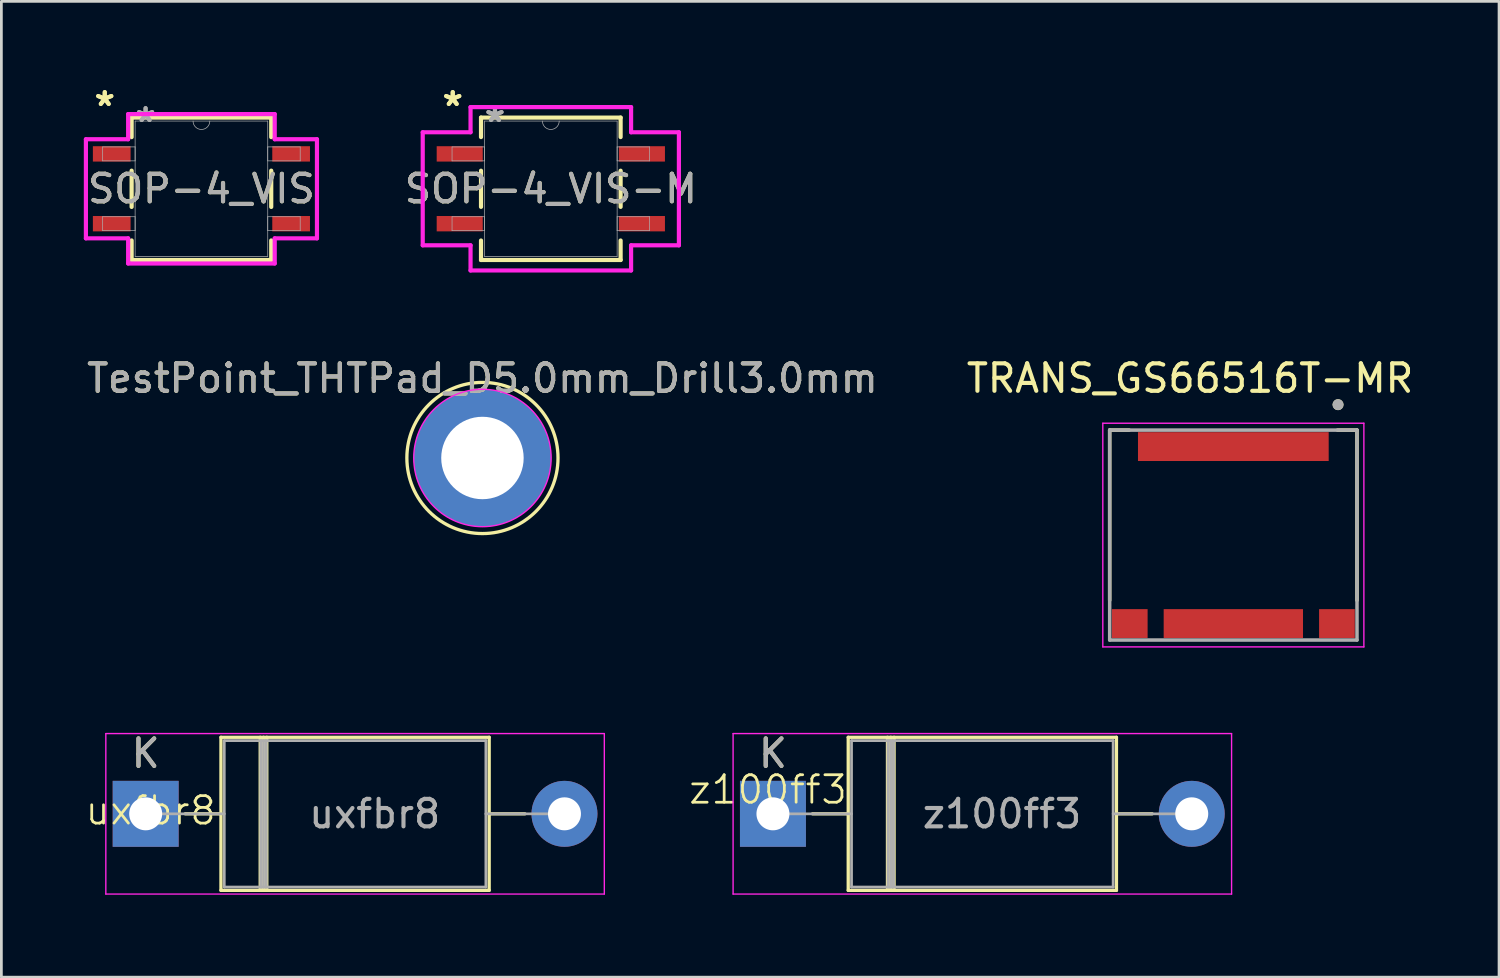
<source format=kicad_pcb>
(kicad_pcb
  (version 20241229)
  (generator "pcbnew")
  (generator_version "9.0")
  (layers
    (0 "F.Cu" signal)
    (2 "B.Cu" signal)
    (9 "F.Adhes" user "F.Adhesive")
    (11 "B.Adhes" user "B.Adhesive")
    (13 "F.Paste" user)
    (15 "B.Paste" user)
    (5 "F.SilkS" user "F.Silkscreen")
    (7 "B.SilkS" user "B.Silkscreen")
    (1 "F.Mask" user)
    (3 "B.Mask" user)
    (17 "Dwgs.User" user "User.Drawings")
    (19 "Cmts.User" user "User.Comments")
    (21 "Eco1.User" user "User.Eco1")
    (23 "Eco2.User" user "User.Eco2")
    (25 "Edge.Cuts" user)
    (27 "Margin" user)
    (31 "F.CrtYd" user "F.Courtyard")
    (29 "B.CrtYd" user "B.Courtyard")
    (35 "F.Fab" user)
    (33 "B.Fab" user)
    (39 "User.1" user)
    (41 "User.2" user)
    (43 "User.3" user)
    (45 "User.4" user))
  (footprint "SOP-4_VIS-M"
    (layer "F.Cu")
    (at 16.994 3.82)
    (property "Reference" "SOP-4_VIS-M" (at 0 0 0) (unlocked yes) (layer "F.SilkS") (effects (font (size 1 1) (thickness 0.15))))
    (attr smd)
    (fp_line (start -2.54 -2.591) (end -2.54 -1.882) (stroke (width 0.152) (type solid)) (layer "F.SilkS"))
    (fp_line (start -2.54 -0.658) (end -2.54 0.658) (stroke (width 0.152) (type solid)) (layer "F.SilkS"))
    (fp_line (start -2.54 1.882) (end -2.54 2.591) (stroke (width 0.152) (type solid)) (layer "F.SilkS"))
    (fp_line (start -2.54 2.591) (end 2.54 2.591) (stroke (width 0.152) (type solid)) (layer "F.SilkS"))
    (fp_line (start 2.54 -2.591) (end -2.54 -2.591) (stroke (width 0.152) (type solid)) (layer "F.SilkS"))
    (fp_line (start 2.54 -1.882) (end 2.54 -2.591) (stroke (width 0.152) (type solid)) (layer "F.SilkS"))
    (fp_line (start 2.54 0.658) (end 2.54 -0.658) (stroke (width 0.152) (type solid)) (layer "F.SilkS"))
    (fp_line (start 2.54 2.591) (end 2.54 1.882) (stroke (width 0.152) (type solid)) (layer "F.SilkS"))
    (fp_line (start -4.661 -2.057) (end -2.921 -2.057) (stroke (width 0.152) (type solid)) (layer "F.CrtYd"))
    (fp_line (start -4.661 2.057) (end -4.661 -2.057) (stroke (width 0.152) (type solid)) (layer "F.CrtYd"))
    (fp_line (start -4.661 2.057) (end -2.921 2.057) (stroke (width 0.152) (type solid)) (layer "F.CrtYd"))
    (fp_line (start -2.921 -2.972) (end 2.921 -2.972) (stroke (width 0.152) (type solid)) (layer "F.CrtYd"))
    (fp_line (start -2.921 -2.057) (end -2.921 -2.972) (stroke (width 0.152) (type solid)) (layer "F.CrtYd"))
    (fp_line (start -2.921 2.972) (end -2.921 2.057) (stroke (width 0.152) (type solid)) (layer "F.CrtYd"))
    (fp_line (start 2.921 -2.972) (end 2.921 -2.057) (stroke (width 0.152) (type solid)) (layer "F.CrtYd"))
    (fp_line (start 2.921 2.057) (end 2.921 2.972) (stroke (width 0.152) (type solid)) (layer "F.CrtYd"))
    (fp_line (start 2.921 2.972) (end -2.921 2.972) (stroke (width 0.152) (type solid)) (layer "F.CrtYd"))
    (fp_line (start 4.661 -2.057) (end 2.921 -2.057) (stroke (width 0.152) (type solid)) (layer "F.CrtYd"))
    (fp_line (start 4.661 -2.057) (end 4.661 2.057) (stroke (width 0.152) (type solid)) (layer "F.CrtYd"))
    (fp_line (start 4.661 2.057) (end 2.921 2.057) (stroke (width 0.152) (type solid)) (layer "F.CrtYd"))
    (fp_line (start -3.594 -1.524) (end -3.594 -1.016) (stroke (width 0.025) (type solid)) (layer "F.Fab"))
    (fp_line (start -3.594 -1.016) (end -2.413 -1.016) (stroke (width 0.025) (type solid)) (layer "F.Fab"))
    (fp_line (start -3.594 1.016) (end -3.594 1.524) (stroke (width 0.025) (type solid)) (layer "F.Fab"))
    (fp_line (start -3.594 1.524) (end -2.413 1.524) (stroke (width 0.025) (type solid)) (layer "F.Fab"))
    (fp_line (start -2.413 -2.464) (end -2.413 2.464) (stroke (width 0.025) (type solid)) (layer "F.Fab"))
    (fp_line (start -2.413 -1.524) (end -3.594 -1.524) (stroke (width 0.025) (type solid)) (layer "F.Fab"))
    (fp_line (start -2.413 -1.016) (end -2.413 -1.524) (stroke (width 0.025) (type solid)) (layer "F.Fab"))
    (fp_line (start -2.413 1.016) (end -3.594 1.016) (stroke (width 0.025) (type solid)) (layer "F.Fab"))
    (fp_line (start -2.413 1.524) (end -2.413 1.016) (stroke (width 0.025) (type solid)) (layer "F.Fab"))
    (fp_line (start -2.413 2.464) (end 2.413 2.464) (stroke (width 0.025) (type solid)) (layer "F.Fab"))
    (fp_line (start 2.413 -2.464) (end -2.413 -2.464) (stroke (width 0.025) (type solid)) (layer "F.Fab"))
    (fp_line (start 2.413 -1.524) (end 2.413 -1.016) (stroke (width 0.025) (type solid)) (layer "F.Fab"))
    (fp_line (start 2.413 -1.016) (end 3.594 -1.016) (stroke (width 0.025) (type solid)) (layer "F.Fab"))
    (fp_line (start 2.413 1.016) (end 2.413 1.524) (stroke (width 0.025) (type solid)) (layer "F.Fab"))
    (fp_line (start 2.413 1.524) (end 3.594 1.524) (stroke (width 0.025) (type solid)) (layer "F.Fab"))
    (fp_line (start 2.413 2.464) (end 2.413 -2.464) (stroke (width 0.025) (type solid)) (layer "F.Fab"))
    (fp_line (start 3.594 -1.524) (end 2.413 -1.524) (stroke (width 0.025) (type solid)) (layer "F.Fab"))
    (fp_line (start 3.594 -1.016) (end 3.594 -1.524) (stroke (width 0.025) (type solid)) (layer "F.Fab"))
    (fp_line (start 3.594 1.016) (end 2.413 1.016) (stroke (width 0.025) (type solid)) (layer "F.Fab"))
    (fp_line (start 3.594 1.524) (end 3.594 1.016) (stroke (width 0.025) (type solid)) (layer "F.Fab"))
    (fp_arc (start 0.3048 -2.4638) (mid 0 -2.159) (end -0.3048 -2.4638) (stroke (width 0.0254) (type solid)) (layer "F.Fab"))
    (fp_text user "*" (at -3.569 -2.972 0) (layer "F.SilkS") (effects (font (size 1 1) (thickness 0.15))))
    (fp_text user "*" (at -3.569 -2.972 0) (unlocked yes) (layer "F.SilkS") (effects (font (size 1 1) (thickness 0.15))))
    (fp_text user "*" (at -2.032 -2.388 0) (unlocked yes) (layer "F.Fab") (effects (font (size 1 1) (thickness 0.15))))
    (fp_text user "${REFERENCE}" (at 0 0 0) (unlocked yes) (layer "F.Fab") (effects (font (size 1 1) (thickness 0.15))))
    (fp_text user "*" (at -2.032 -2.388 0) (layer "F.Fab") (effects (font (size 1 1) (thickness 0.15))))
    (pad "1" smd rect (at -3.315 -1.27) (size 1.676 0.559) (layers "F.Cu" "F.Mask" "F.Paste"))
    (pad "2" smd rect (at -3.315 1.27) (size 1.676 0.559) (layers "F.Cu" "F.Mask" "F.Paste"))
    (pad "3" smd rect (at 3.315 1.27) (size 1.676 0.559) (layers "F.Cu" "F.Mask" "F.Paste"))
    (pad "4" smd rect (at 3.315 -1.27) (size 1.676 0.559) (layers "F.Cu" "F.Mask" "F.Paste")))
  (footprint "z100ff3"
    (layer "F.Cu")
    (at 24.897 26.185)
    (property "Reference" "z100ff3" (at 0 -0.5 0) (unlocked yes) (layer "F.SilkS") (effects (font (size 1 1) (thickness 0.1))))
    (attr through_hole)
    (fp_line (start 1.62 0.38) (end 2.92 0.38) (stroke (width 0.12) (type solid)) (layer "F.SilkS"))
    (fp_line (start 2.92 -2.405) (end 2.92 3.165) (stroke (width 0.12) (type solid)) (layer "F.SilkS"))
    (fp_line (start 2.92 3.165) (end 12.68 3.165) (stroke (width 0.12) (type solid)) (layer "F.SilkS"))
    (fp_line (start 4.348 -2.405) (end 4.348 3.165) (stroke (width 0.12) (type solid)) (layer "F.SilkS"))
    (fp_line (start 4.468 -2.405) (end 4.468 3.165) (stroke (width 0.12) (type solid)) (layer "F.SilkS"))
    (fp_line (start 4.588 -2.405) (end 4.588 3.165) (stroke (width 0.12) (type solid)) (layer "F.SilkS"))
    (fp_line (start 12.68 -2.405) (end 2.92 -2.405) (stroke (width 0.12) (type solid)) (layer "F.SilkS"))
    (fp_line (start 12.68 3.165) (end 12.68 -2.405) (stroke (width 0.12) (type solid)) (layer "F.SilkS"))
    (fp_line (start 13.98 0.38) (end 12.68 0.38) (stroke (width 0.12) (type solid)) (layer "F.SilkS"))
    (fp_line (start -1.27 -2.54) (end -1.27 3.3) (stroke (width 0.05) (type solid)) (layer "F.CrtYd"))
    (fp_line (start -1.27 3.3) (end 16.87 3.3) (stroke (width 0.05) (type solid)) (layer "F.CrtYd"))
    (fp_line (start 16.87 -2.54) (end -1.27 -2.54) (stroke (width 0.05) (type solid)) (layer "F.CrtYd"))
    (fp_line (start 16.87 3.3) (end 16.87 -2.54) (stroke (width 0.05) (type solid)) (layer "F.CrtYd"))
    (fp_line (start 0.18 0.38) (end 3.04 0.38) (stroke (width 0.1) (type solid)) (layer "F.Fab"))
    (fp_line (start 3.04 -2.285) (end 3.04 3.045) (stroke (width 0.1) (type solid)) (layer "F.Fab"))
    (fp_line (start 3.04 3.045) (end 12.56 3.045) (stroke (width 0.1) (type solid)) (layer "F.Fab"))
    (fp_line (start 4.368 -2.285) (end 4.368 3.045) (stroke (width 0.1) (type solid)) (layer "F.Fab"))
    (fp_line (start 4.468 -2.285) (end 4.468 3.045) (stroke (width 0.1) (type solid)) (layer "F.Fab"))
    (fp_line (start 4.568 -2.285) (end 4.568 3.045) (stroke (width 0.1) (type solid)) (layer "F.Fab"))
    (fp_line (start 12.56 -2.285) (end 3.04 -2.285) (stroke (width 0.1) (type solid)) (layer "F.Fab"))
    (fp_line (start 12.56 3.045) (end 12.56 -2.285) (stroke (width 0.1) (type solid)) (layer "F.Fab"))
    (fp_line (start 15.42 0.38) (end 12.56 0.38) (stroke (width 0.1) (type solid)) (layer "F.Fab"))
    (fp_text user "K" (at 0.18 -1.82 0) (layer "F.SilkS") (effects (font (size 1 1) (thickness 0.15))))
    (fp_text user "K" (at 0.18 -1.82 0) (layer "F.Fab") (effects (font (size 1 1) (thickness 0.15))))
    (fp_text user "${REFERENCE}" (at 8.514 0.38 0) (layer "F.Fab") (effects (font (size 1 1) (thickness 0.15))))
    (pad "1" thru_hole rect (at 0.18 0.38) (size 2.4 2.4) (drill 1.2) (layers "*.Cu" "*.Mask"))
    (pad "2" thru_hole oval (at 15.42 0.38) (size 2.4 2.4) (drill 1.2) (layers "*.Cu" "*.Mask")))
  (footprint "SOP-4_VIS"
    (layer "F.Cu")
    (at 4.28 3.82)
    (property "Reference" "SOP-4_VIS" (at 0 0 0) (unlocked yes) (layer "F.SilkS") (effects (font (size 1 1) (thickness 0.15))))
    (attr smd)
    (fp_line (start -2.54 -2.591) (end -2.54 -1.88) (stroke (width 0.152) (type solid)) (layer "F.SilkS"))
    (fp_line (start -2.54 -0.66) (end -2.54 0.66) (stroke (width 0.152) (type solid)) (layer "F.SilkS"))
    (fp_line (start -2.54 1.88) (end -2.54 2.591) (stroke (width 0.152) (type solid)) (layer "F.SilkS"))
    (fp_line (start -2.54 2.591) (end 2.54 2.591) (stroke (width 0.152) (type solid)) (layer "F.SilkS"))
    (fp_line (start 2.54 -2.591) (end -2.54 -2.591) (stroke (width 0.152) (type solid)) (layer "F.SilkS"))
    (fp_line (start 2.54 -1.88) (end 2.54 -2.591) (stroke (width 0.152) (type solid)) (layer "F.SilkS"))
    (fp_line (start 2.54 0.66) (end 2.54 -0.66) (stroke (width 0.152) (type solid)) (layer "F.SilkS"))
    (fp_line (start 2.54 2.591) (end 2.54 1.88) (stroke (width 0.152) (type solid)) (layer "F.SilkS"))
    (fp_line (start -4.204 -1.803) (end -2.667 -1.803) (stroke (width 0.152) (type solid)) (layer "F.CrtYd"))
    (fp_line (start -4.204 1.803) (end -4.204 -1.803) (stroke (width 0.152) (type solid)) (layer "F.CrtYd"))
    (fp_line (start -4.204 1.803) (end -2.667 1.803) (stroke (width 0.152) (type solid)) (layer "F.CrtYd"))
    (fp_line (start -2.667 -2.718) (end 2.667 -2.718) (stroke (width 0.152) (type solid)) (layer "F.CrtYd"))
    (fp_line (start -2.667 -1.803) (end -2.667 -2.718) (stroke (width 0.152) (type solid)) (layer "F.CrtYd"))
    (fp_line (start -2.667 2.718) (end -2.667 1.803) (stroke (width 0.152) (type solid)) (layer "F.CrtYd"))
    (fp_line (start 2.667 -2.718) (end 2.667 -1.803) (stroke (width 0.152) (type solid)) (layer "F.CrtYd"))
    (fp_line (start 2.667 1.803) (end 2.667 2.718) (stroke (width 0.152) (type solid)) (layer "F.CrtYd"))
    (fp_line (start 2.667 2.718) (end -2.667 2.718) (stroke (width 0.152) (type solid)) (layer "F.CrtYd"))
    (fp_line (start 4.204 -1.803) (end 2.667 -1.803) (stroke (width 0.152) (type solid)) (layer "F.CrtYd"))
    (fp_line (start 4.204 -1.803) (end 4.204 1.803) (stroke (width 0.152) (type solid)) (layer "F.CrtYd"))
    (fp_line (start 4.204 1.803) (end 2.667 1.803) (stroke (width 0.152) (type solid)) (layer "F.CrtYd"))
    (fp_line (start -3.594 -1.524) (end -3.594 -1.016) (stroke (width 0.025) (type solid)) (layer "F.Fab"))
    (fp_line (start -3.594 -1.016) (end -2.413 -1.016) (stroke (width 0.025) (type solid)) (layer "F.Fab"))
    (fp_line (start -3.594 1.016) (end -3.594 1.524) (stroke (width 0.025) (type solid)) (layer "F.Fab"))
    (fp_line (start -3.594 1.524) (end -2.413 1.524) (stroke (width 0.025) (type solid)) (layer "F.Fab"))
    (fp_line (start -2.413 -2.464) (end -2.413 2.464) (stroke (width 0.025) (type solid)) (layer "F.Fab"))
    (fp_line (start -2.413 -1.524) (end -3.594 -1.524) (stroke (width 0.025) (type solid)) (layer "F.Fab"))
    (fp_line (start -2.413 -1.016) (end -2.413 -1.524) (stroke (width 0.025) (type solid)) (layer "F.Fab"))
    (fp_line (start -2.413 1.016) (end -3.594 1.016) (stroke (width 0.025) (type solid)) (layer "F.Fab"))
    (fp_line (start -2.413 1.524) (end -2.413 1.016) (stroke (width 0.025) (type solid)) (layer "F.Fab"))
    (fp_line (start -2.413 2.464) (end 2.413 2.464) (stroke (width 0.025) (type solid)) (layer "F.Fab"))
    (fp_line (start 2.413 -2.464) (end -2.413 -2.464) (stroke (width 0.025) (type solid)) (layer "F.Fab"))
    (fp_line (start 2.413 -1.524) (end 2.413 -1.016) (stroke (width 0.025) (type solid)) (layer "F.Fab"))
    (fp_line (start 2.413 -1.016) (end 3.594 -1.016) (stroke (width 0.025) (type solid)) (layer "F.Fab"))
    (fp_line (start 2.413 1.016) (end 2.413 1.524) (stroke (width 0.025) (type solid)) (layer "F.Fab"))
    (fp_line (start 2.413 1.524) (end 3.594 1.524) (stroke (width 0.025) (type solid)) (layer "F.Fab"))
    (fp_line (start 2.413 2.464) (end 2.413 -2.464) (stroke (width 0.025) (type solid)) (layer "F.Fab"))
    (fp_line (start 3.594 -1.524) (end 2.413 -1.524) (stroke (width 0.025) (type solid)) (layer "F.Fab"))
    (fp_line (start 3.594 -1.016) (end 3.594 -1.524) (stroke (width 0.025) (type solid)) (layer "F.Fab"))
    (fp_line (start 3.594 1.016) (end 2.413 1.016) (stroke (width 0.025) (type solid)) (layer "F.Fab"))
    (fp_line (start 3.594 1.524) (end 3.594 1.016) (stroke (width 0.025) (type solid)) (layer "F.Fab"))
    (fp_arc (start 0.3048 -2.4638) (mid 0 -2.159) (end -0.3048 -2.4638) (stroke (width 0.0254) (type solid)) (layer "F.Fab"))
    (fp_text user "*" (at -3.518 -2.972 0) (layer "F.SilkS") (effects (font (size 1 1) (thickness 0.15))))
    (fp_text user "*" (at -3.518 -2.972 0) (unlocked yes) (layer "F.SilkS") (effects (font (size 1 1) (thickness 0.15))))
    (fp_text user "${REFERENCE}" (at 0 0 0) (unlocked yes) (layer "F.Fab") (effects (font (size 1 1) (thickness 0.15))))
    (fp_text user "*" (at -2.032 -2.388 0) (layer "F.Fab") (effects (font (size 1 1) (thickness 0.15))))
    (fp_text user "*" (at -2.032 -2.388 0) (unlocked yes) (layer "F.Fab") (effects (font (size 1 1) (thickness 0.15))))
    (pad "1" smd rect (at -3.264 -1.27) (size 1.372 0.559) (layers "F.Cu" "F.Mask" "F.Paste"))
    (pad "2" smd rect (at -3.264 1.27) (size 1.372 0.559) (layers "F.Cu" "F.Mask" "F.Paste"))
    (pad "3" smd rect (at 3.264 1.27) (size 1.372 0.559) (layers "F.Cu" "F.Mask" "F.Paste"))
    (pad "4" smd rect (at 3.264 -1.27) (size 1.372 0.559) (layers "F.Cu" "F.Mask" "F.Paste")))
  (footprint "TestPoint_THTPad_D5.0mm_Drill3.0mm"
    (layer "F.Cu")
    (at 14.506 13.616)
    (property "Reference" "TestPoint_THTPad_D5.0mm_Drill3.0mm" (at 0 -2.898 0) (layer "F.SilkS") (effects (font (size 1 1) (thickness 0.15))))
    (attr exclude_from_pos_files exclude_from_bom)
    (fp_circle (center 0 0) (end 2.75 0) (stroke (width 0.12) (type solid)) (fill no) (layer "F.SilkS"))
    (fp_circle (center 0 0) (end 2.5 0) (stroke (width 0.05) (type solid)) (fill no) (layer "F.CrtYd"))
    (fp_text user "${REFERENCE}" (at 0 -2.9 0) (layer "F.Fab") (effects (font (size 1 1) (thickness 0.15))))
    (pad "1" thru_hole circle (at 0 0) (size 5 5) (drill 3) (layers "*.Cu" "*.Mask")))
  (footprint "uxfbr8"
    (layer "F.Cu")
    (at 2.431 26.945)
    (property "Reference" "uxfbr8" (at 0 -0.5 0) (unlocked yes) (layer "F.SilkS") (effects (font (size 1 1) (thickness 0.1))))
    (attr through_hole)
    (fp_line (start 1.26 -0.38) (end 2.56 -0.38) (stroke (width 0.12) (type solid)) (layer "F.SilkS"))
    (fp_line (start 2.56 -3.165) (end 2.56 2.405) (stroke (width 0.12) (type solid)) (layer "F.SilkS"))
    (fp_line (start 2.56 2.405) (end 12.32 2.405) (stroke (width 0.12) (type solid)) (layer "F.SilkS"))
    (fp_line (start 3.988 -3.165) (end 3.988 2.405) (stroke (width 0.12) (type solid)) (layer "F.SilkS"))
    (fp_line (start 4.108 -3.165) (end 4.108 2.405) (stroke (width 0.12) (type solid)) (layer "F.SilkS"))
    (fp_line (start 4.228 -3.165) (end 4.228 2.405) (stroke (width 0.12) (type solid)) (layer "F.SilkS"))
    (fp_line (start 12.32 -3.165) (end 2.56 -3.165) (stroke (width 0.12) (type solid)) (layer "F.SilkS"))
    (fp_line (start 12.32 2.405) (end 12.32 -3.165) (stroke (width 0.12) (type solid)) (layer "F.SilkS"))
    (fp_line (start 13.62 -0.38) (end 12.32 -0.38) (stroke (width 0.12) (type solid)) (layer "F.SilkS"))
    (fp_line (start -1.63 -3.3) (end -1.63 2.54) (stroke (width 0.05) (type solid)) (layer "F.CrtYd"))
    (fp_line (start -1.63 2.54) (end 16.51 2.54) (stroke (width 0.05) (type solid)) (layer "F.CrtYd"))
    (fp_line (start 16.51 -3.3) (end -1.63 -3.3) (stroke (width 0.05) (type solid)) (layer "F.CrtYd"))
    (fp_line (start 16.51 2.54) (end 16.51 -3.3) (stroke (width 0.05) (type solid)) (layer "F.CrtYd"))
    (fp_line (start -0.18 -0.38) (end 2.68 -0.38) (stroke (width 0.1) (type solid)) (layer "F.Fab"))
    (fp_line (start 2.68 -3.045) (end 2.68 2.285) (stroke (width 0.1) (type solid)) (layer "F.Fab"))
    (fp_line (start 2.68 2.285) (end 12.2 2.285) (stroke (width 0.1) (type solid)) (layer "F.Fab"))
    (fp_line (start 4.008 -3.045) (end 4.008 2.285) (stroke (width 0.1) (type solid)) (layer "F.Fab"))
    (fp_line (start 4.108 -3.045) (end 4.108 2.285) (stroke (width 0.1) (type solid)) (layer "F.Fab"))
    (fp_line (start 4.208 -3.045) (end 4.208 2.285) (stroke (width 0.1) (type solid)) (layer "F.Fab"))
    (fp_line (start 12.2 -3.045) (end 2.68 -3.045) (stroke (width 0.1) (type solid)) (layer "F.Fab"))
    (fp_line (start 12.2 2.285) (end 12.2 -3.045) (stroke (width 0.1) (type solid)) (layer "F.Fab"))
    (fp_line (start 15.06 -0.38) (end 12.2 -0.38) (stroke (width 0.1) (type solid)) (layer "F.Fab"))
    (fp_text user "K" (at -0.18 -2.58 0) (layer "F.SilkS") (effects (font (size 1 1) (thickness 0.15))))
    (fp_text user "${REFERENCE}" (at 8.154 -0.38 0) (layer "F.Fab") (effects (font (size 1 1) (thickness 0.15))))
    (fp_text user "K" (at -0.18 -2.58 0) (layer "F.Fab") (effects (font (size 1 1) (thickness 0.15))))
    (pad "1" thru_hole rect (at -0.18 -0.38) (size 2.4 2.4) (drill 1.2) (layers "*.Cu" "*.Mask"))
    (pad "2" thru_hole oval (at 15.06 -0.38) (size 2.4 2.4) (drill 1.2) (layers "*.Cu" "*.Mask")))
  (footprint "TRANS_GS66516T-MR"
    (layer "F.Cu")
    (at 41.831 16.421)
    (property "Reference" "TRANS_GS66516T-MR" (at -1.575 -5.705 0) (layer "F.SilkS") (effects (font (size 1 1) (thickness 0.15))))
    (attr smd)
    (fp_line (start -4.5 -3.82) (end -4.5 2.375) (stroke (width 0.127) (type solid)) (layer "F.SilkS"))
    (fp_line (start -3.79 -3.82) (end -4.5 -3.82) (stroke (width 0.127) (type solid)) (layer "F.SilkS"))
    (fp_line (start 4.5 -3.82) (end 3.79 -3.82) (stroke (width 0.127) (type solid)) (layer "F.SilkS"))
    (fp_line (start 4.5 2.375) (end 4.5 -3.82) (stroke (width 0.127) (type solid)) (layer "F.SilkS"))
    (fp_circle (center 3.81 -4.745) (end 3.91 -4.745) (stroke (width 0.2) (type solid)) (fill no) (layer "F.SilkS"))
    (fp_line (start -4.75 -4.07) (end -4.75 4.07) (stroke (width 0.05) (type solid)) (layer "F.CrtYd"))
    (fp_line (start -4.75 4.07) (end 4.75 4.07) (stroke (width 0.05) (type solid)) (layer "F.CrtYd"))
    (fp_line (start 4.75 -4.07) (end -4.75 -4.07) (stroke (width 0.05) (type solid)) (layer "F.CrtYd"))
    (fp_line (start 4.75 4.07) (end 4.75 -4.07) (stroke (width 0.05) (type solid)) (layer "F.CrtYd"))
    (fp_line (start -4.5 -3.82) (end -4.5 3.82) (stroke (width 0.127) (type solid)) (layer "F.Fab"))
    (fp_line (start -4.5 3.82) (end 4.5 3.82) (stroke (width 0.127) (type solid)) (layer "F.Fab"))
    (fp_line (start 4.5 -3.82) (end -4.5 -3.82) (stroke (width 0.127) (type solid)) (layer "F.Fab"))
    (fp_line (start 4.5 3.82) (end 4.5 -3.82) (stroke (width 0.127) (type solid)) (layer "F.Fab"))
    (fp_circle (center 3.81 -4.745) (end 3.91 -4.745) (stroke (width 0.2) (type solid)) (fill no) (layer "F.Fab"))
    (pad "1" smd rect (at 0 -3.22) (size 6.94 1.05) (layers "F.Cu" "F.Mask" "F.Paste"))
    (pad "2" smd rect (at -3.77 3.22) (size 1.3 1.05) (layers "F.Cu" "F.Mask" "F.Paste"))
    (pad "3" smd rect (at 0 3.22) (size 5.07 1.05) (layers "F.Cu" "F.Mask" "F.Paste"))
    (pad "4" smd rect (at 3.77 3.22) (size 1.3 1.05) (layers "F.Cu" "F.Mask" "F.Paste"))
    (zone (net_name "") (layer "F.Cu") (hatch full 0.508) (connect_pads) (min_thickness 0.01) (filled_areas_thickness no) (keepout (tracks not_allowed) (vias not_allowed) (pads not_allowed) (copperpour not_allowed) (footprints allowed)) (placement (enabled no)) (fill) (polygon (pts (xy 37.331 19.116) (xy 38.711 19.116) (xy 38.711 20.241) (xy 39.296 20.241) (xy 39.296 19.116) (xy 44.366 19.116) (xy 44.366 20.241) (xy 44.951 20.241) (xy 44.951 19.116) (xy 46.331 19.116) (xy 46.331 14.996) (xy 37.331 14.996))))
    (zone (net_name "") (layers "F.Cu" "B.Cu") (hatch full 0.508) (connect_pads) (min_thickness 0.01) (filled_areas_thickness no) (keepout (tracks allowed) (vias not_allowed) (pads allowed) (copperpour allowed) (footprints allowed)) (placement (enabled no)) (fill) (polygon (pts (xy 37.331 19.116) (xy 38.711 19.116) (xy 38.711 20.241) (xy 39.296 20.241) (xy 39.296 19.116) (xy 44.366 19.116) (xy 44.366 20.241) (xy 44.951 20.241) (xy 44.951 19.116) (xy 46.331 19.116) (xy 46.331 14.996) (xy 37.331 14.996)))))
  (gr_rect
    (start -3 -3)
    (end 51.5 32.51)
    (stroke (width 0.1) (type default))
    (fill no)
    (layer "Edge.Cuts")))
</source>
